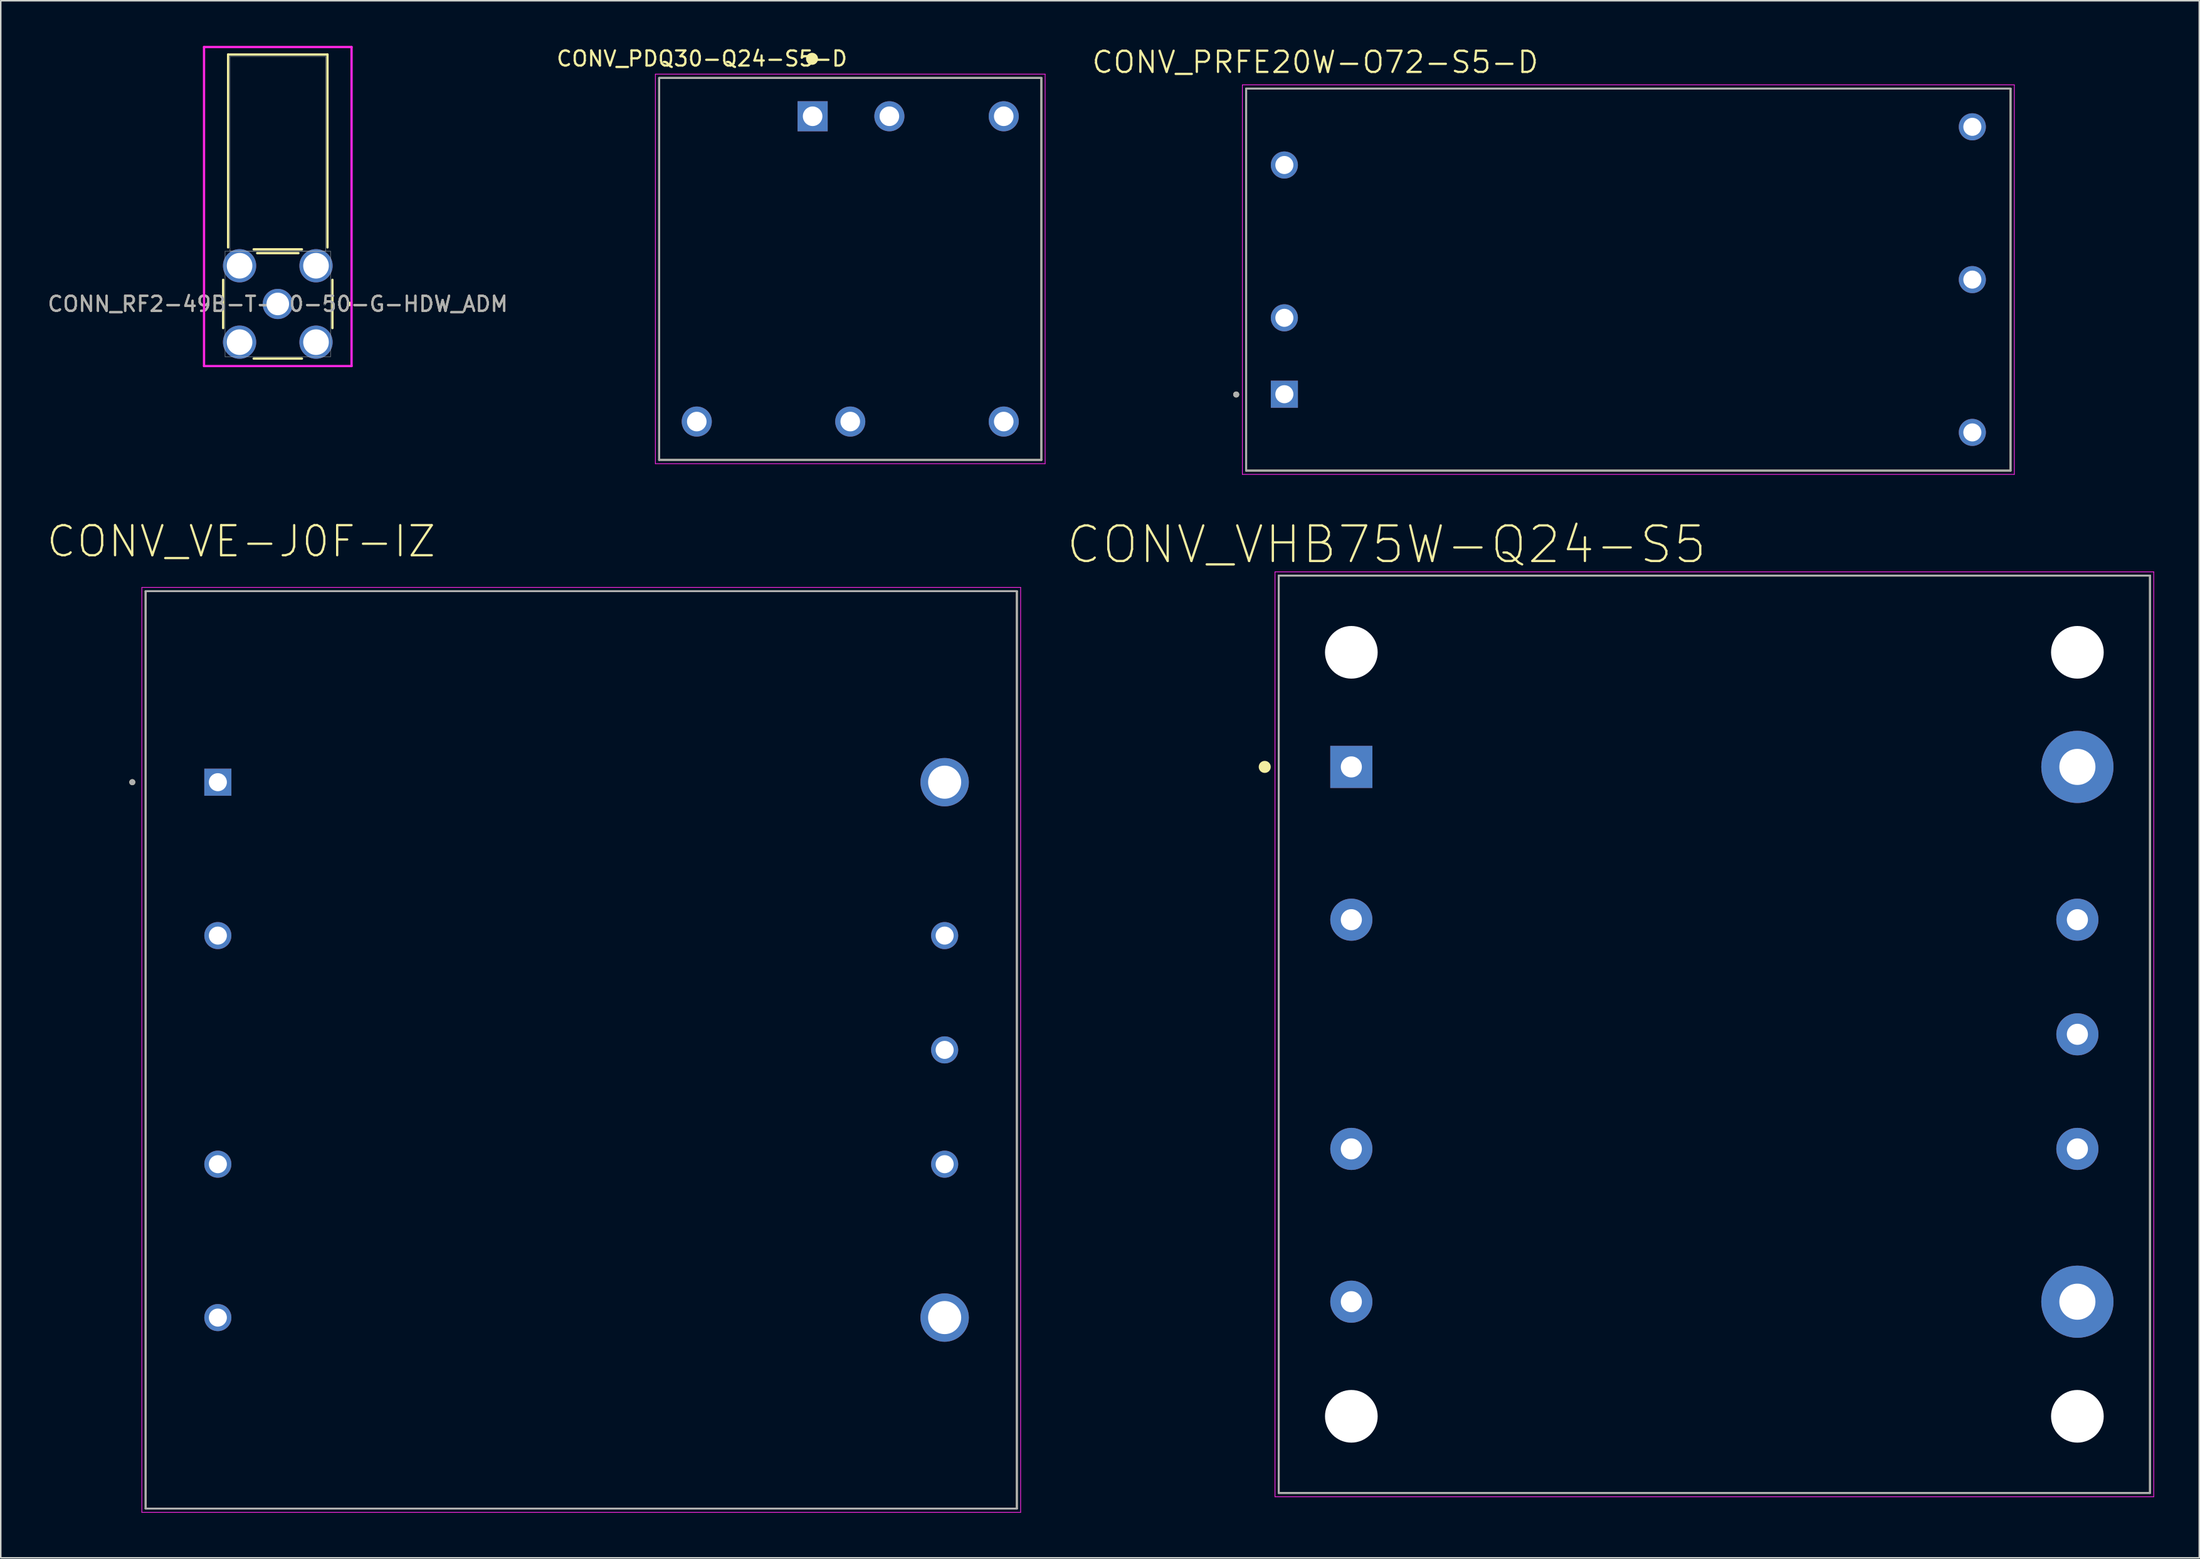
<source format=kicad_pcb>
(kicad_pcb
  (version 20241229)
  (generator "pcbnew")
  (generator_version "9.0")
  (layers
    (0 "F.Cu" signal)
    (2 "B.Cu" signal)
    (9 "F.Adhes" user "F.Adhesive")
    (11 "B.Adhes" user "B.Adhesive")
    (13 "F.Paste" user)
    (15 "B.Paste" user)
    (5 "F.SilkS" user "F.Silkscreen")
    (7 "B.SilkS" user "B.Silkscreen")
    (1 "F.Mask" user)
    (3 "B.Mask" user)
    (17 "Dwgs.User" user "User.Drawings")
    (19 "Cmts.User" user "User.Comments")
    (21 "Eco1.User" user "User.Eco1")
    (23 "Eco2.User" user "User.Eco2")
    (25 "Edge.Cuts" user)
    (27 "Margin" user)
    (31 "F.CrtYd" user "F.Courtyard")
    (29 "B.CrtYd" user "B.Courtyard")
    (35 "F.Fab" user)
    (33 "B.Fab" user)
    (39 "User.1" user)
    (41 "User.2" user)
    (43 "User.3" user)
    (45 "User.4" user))
  (footprint "CONV_VHB75W-Q24-S5"
    (layer "F.Cu")
    (at 110.879 65.724)
    (property "Reference" "CONV_VHB75W-Q24-S5" (at -21.79 -32.559 0) (layer "F.SilkS") (effects (font (size 2.367 2.367) (thickness 0.15))))
    (attr through_hole)
    (fp_line (start -28.95 -30.5) (end 28.95 -30.5) (stroke (width 0.127) (type solid)) (layer "F.SilkS"))
    (fp_line (start -28.95 30.5) (end -28.95 -30.5) (stroke (width 0.127) (type solid)) (layer "F.SilkS"))
    (fp_line (start 28.95 -30.5) (end 28.95 30.5) (stroke (width 0.127) (type solid)) (layer "F.SilkS"))
    (fp_line (start 28.95 30.5) (end -28.95 30.5) (stroke (width 0.127) (type solid)) (layer "F.SilkS"))
    (fp_circle (center -29.88 -17.78) (end -29.68 -17.78) (stroke (width 0.4) (type solid)) (fill no) (layer "F.SilkS"))
    (fp_line (start -29.2 -30.75) (end 29.2 -30.75) (stroke (width 0.05) (type solid)) (layer "F.CrtYd"))
    (fp_line (start -29.2 30.75) (end -29.2 -30.75) (stroke (width 0.05) (type solid)) (layer "F.CrtYd"))
    (fp_line (start 29.2 -30.75) (end 29.2 30.75) (stroke (width 0.05) (type solid)) (layer "F.CrtYd"))
    (fp_line (start 29.2 30.75) (end -29.2 30.75) (stroke (width 0.05) (type solid)) (layer "F.CrtYd"))
    (fp_line (start -28.95 -30.5) (end 28.95 -30.5) (stroke (width 0.127) (type solid)) (layer "F.Fab"))
    (fp_line (start -28.95 30.5) (end -28.95 -30.5) (stroke (width 0.127) (type solid)) (layer "F.Fab"))
    (fp_line (start 28.95 -30.5) (end 28.95 30.5) (stroke (width 0.127) (type solid)) (layer "F.Fab"))
    (fp_line (start 28.95 30.5) (end -28.95 30.5) (stroke (width 0.127) (type solid)) (layer "F.Fab"))
    (fp_circle (center -24.125 -17.78) (end -23.925 -17.78) (stroke (width 0.4) (type solid)) (fill no) (layer "F.Fab"))
    (pad "" np_thru_hole circle (at -24.125 -25.4) (size 3.5 3.5) (drill 3.5) (layers "*.Cu" "*.Mask"))
    (pad "" np_thru_hole circle (at -24.125 25.4) (size 3.5 3.5) (drill 3.5) (layers "*.Cu" "*.Mask"))
    (pad "" np_thru_hole circle (at 24.125 -25.4) (size 3.5 3.5) (drill 3.5) (layers "*.Cu" "*.Mask"))
    (pad "" np_thru_hole circle (at 24.125 25.4) (size 3.5 3.5) (drill 3.5) (layers "*.Cu" "*.Mask"))
    (pad "1" thru_hole rect (at -24.125 -17.78) (size 2.8 2.8) (drill 1.4) (layers "*.Cu" "*.Mask"))
    (pad "2" thru_hole circle (at -24.125 -7.62) (size 2.8 2.8) (drill 1.4) (layers "*.Cu" "*.Mask"))
    (pad "3" thru_hole circle (at -24.125 7.62) (size 2.8 2.8) (drill 1.4) (layers "*.Cu" "*.Mask"))
    (pad "4" thru_hole circle (at -24.125 17.78) (size 2.8 2.8) (drill 1.4) (layers "*.Cu" "*.Mask"))
    (pad "5" thru_hole circle (at 24.125 17.78) (size 4.8 4.8) (drill 2.4) (layers "*.Cu" "*.Mask"))
    (pad "6" thru_hole circle (at 24.125 7.62) (size 2.8 2.8) (drill 1.4) (layers "*.Cu" "*.Mask"))
    (pad "7" thru_hole circle (at 24.125 0) (size 2.8 2.8) (drill 1.4) (layers "*.Cu" "*.Mask"))
    (pad "8" thru_hole circle (at 24.125 -7.62) (size 2.8 2.8) (drill 1.4) (layers "*.Cu" "*.Mask"))
    (pad "9" thru_hole circle (at 24.125 -17.78) (size 4.8 4.8) (drill 2.4) (layers "*.Cu" "*.Mask")))
  (footprint "CONV_VE-J0F-IZ"
    (layer "F.Cu")
    (at 35.577 66.76)
    (property "Reference" "CONV_VE-J0F-IZ" (at -22.6 -33.81 0) (layer "F.SilkS") (effects (font (size 2 2) (thickness 0.15))))
    (attr through_hole)
    (fp_line (start -28.95 -30.5) (end -28.95 30.5) (stroke (width 0.127) (type solid)) (layer "F.SilkS"))
    (fp_line (start -28.95 30.5) (end 28.95 30.5) (stroke (width 0.127) (type solid)) (layer "F.SilkS"))
    (fp_line (start 28.95 -30.5) (end -28.95 -30.5) (stroke (width 0.127) (type solid)) (layer "F.SilkS"))
    (fp_line (start 28.95 30.5) (end 28.95 -30.5) (stroke (width 0.127) (type solid)) (layer "F.SilkS"))
    (fp_circle (center -29.835 -17.8) (end -29.735 -17.8) (stroke (width 0.2) (type solid)) (fill no) (layer "F.SilkS"))
    (fp_line (start -29.2 -30.75) (end -29.2 30.75) (stroke (width 0.05) (type solid)) (layer "F.CrtYd"))
    (fp_line (start -29.2 30.75) (end 29.2 30.75) (stroke (width 0.05) (type solid)) (layer "F.CrtYd"))
    (fp_line (start 29.2 -30.75) (end -29.2 -30.75) (stroke (width 0.05) (type solid)) (layer "F.CrtYd"))
    (fp_line (start 29.2 30.75) (end 29.2 -30.75) (stroke (width 0.05) (type solid)) (layer "F.CrtYd"))
    (fp_line (start -28.95 -30.5) (end -28.95 30.5) (stroke (width 0.127) (type solid)) (layer "F.Fab"))
    (fp_line (start -28.95 30.5) (end 28.95 30.5) (stroke (width 0.127) (type solid)) (layer "F.Fab"))
    (fp_line (start 28.95 -30.5) (end -28.95 -30.5) (stroke (width 0.127) (type solid)) (layer "F.Fab"))
    (fp_line (start 28.95 30.5) (end 28.95 -30.5) (stroke (width 0.127) (type solid)) (layer "F.Fab"))
    (fp_circle (center -29.835 -17.8) (end -29.735 -17.8) (stroke (width 0.2) (type solid)) (fill no) (layer "F.Fab"))
    (pad "1" thru_hole rect (at -24.15 -17.8) (size 1.8 1.8) (drill 1.2) (layers "*.Cu" "*.Mask"))
    (pad "2" thru_hole circle (at -24.15 -7.6) (size 1.8 1.8) (drill 1.2) (layers "*.Cu" "*.Mask"))
    (pad "3" thru_hole circle (at -24.15 7.6) (size 1.8 1.8) (drill 1.2) (layers "*.Cu" "*.Mask"))
    (pad "4" thru_hole circle (at -24.15 17.8) (size 1.8 1.8) (drill 1.2) (layers "*.Cu" "*.Mask"))
    (pad "5" thru_hole circle (at 24.15 -17.8) (size 3.216 3.216) (drill 2.2) (layers "*.Cu" "*.Mask"))
    (pad "6" thru_hole circle (at 24.15 -7.6) (size 1.8 1.8) (drill 1.2) (layers "*.Cu" "*.Mask"))
    (pad "7" thru_hole circle (at 24.15 0) (size 1.8 1.8) (drill 1.2) (layers "*.Cu" "*.Mask"))
    (pad "8" thru_hole circle (at 24.15 7.6) (size 1.8 1.8) (drill 1.2) (layers "*.Cu" "*.Mask"))
    (pad "9" thru_hole circle (at 24.15 17.8) (size 3.216 3.216) (drill 2.2) (layers "*.Cu" "*.Mask")))
  (footprint "CONN_RF2-49B-T-00-50-G-HDW_ADM"
    (layer "F.Cu")
    (at 15.411 17.161)
    (property "Reference" "CONN_RF2-49B-T-00-50-G-HDW_ADM" (at 0 0 0) (unlocked yes) (layer "F.SilkS") (effects (font (size 1 1) (thickness 0.15))))
    (attr through_hole)
    (fp_line (start -3.632 -1.605) (end -3.632 1.605) (stroke (width 0.152) (type solid)) (layer "F.SilkS"))
    (fp_line (start -3.302 -16.586) (end -3.302 -3.759) (stroke (width 0.152) (type solid)) (layer "F.SilkS"))
    (fp_line (start -1.605 3.632) (end 1.605 3.632) (stroke (width 0.152) (type solid)) (layer "F.SilkS"))
    (fp_line (start -1.372 -3.378) (end 1.372 -3.378) (stroke (width 0.152) (type solid)) (layer "F.SilkS"))
    (fp_line (start 1.605 -3.632) (end -1.605 -3.632) (stroke (width 0.152) (type solid)) (layer "F.SilkS"))
    (fp_line (start 3.302 -16.586) (end -3.302 -16.586) (stroke (width 0.152) (type solid)) (layer "F.SilkS"))
    (fp_line (start 3.302 -3.759) (end 3.302 -16.586) (stroke (width 0.152) (type solid)) (layer "F.SilkS"))
    (fp_line (start 3.632 1.605) (end 3.632 -1.605) (stroke (width 0.152) (type solid)) (layer "F.SilkS"))
    (fp_circle (center 4.775 0) (end 4.851 0) (stroke (width 0.152) (type solid)) (fill no) (layer "F.SilkS"))
    (fp_line (start -4.902 -17.084) (end 4.902 -17.084) (stroke (width 0.152) (type solid)) (layer "F.CrtYd"))
    (fp_line (start -4.902 4.13) (end -4.902 -17.084) (stroke (width 0.152) (type solid)) (layer "F.CrtYd"))
    (fp_line (start 4.902 -17.084) (end 4.902 4.13) (stroke (width 0.152) (type solid)) (layer "F.CrtYd"))
    (fp_line (start 4.902 4.13) (end -4.902 4.13) (stroke (width 0.152) (type solid)) (layer "F.CrtYd"))
    (fp_line (start -3.505 -3.505) (end -3.505 3.505) (stroke (width 0.025) (type solid)) (layer "F.Fab"))
    (fp_line (start -3.505 3.505) (end 3.505 3.505) (stroke (width 0.025) (type solid)) (layer "F.Fab"))
    (fp_line (start -3.175 -16.459) (end -3.175 -3.505) (stroke (width 0.025) (type solid)) (layer "F.Fab"))
    (fp_line (start -3.175 -3.505) (end 3.175 -3.505) (stroke (width 0.025) (type solid)) (layer "F.Fab"))
    (fp_line (start 3.175 -16.459) (end -3.175 -16.459) (stroke (width 0.025) (type solid)) (layer "F.Fab"))
    (fp_line (start 3.175 -3.505) (end 3.175 -16.459) (stroke (width 0.025) (type solid)) (layer "F.Fab"))
    (fp_line (start 3.505 -3.505) (end -3.505 -3.505) (stroke (width 0.025) (type solid)) (layer "F.Fab"))
    (fp_line (start 3.505 3.505) (end 3.505 -3.505) (stroke (width 0.025) (type solid)) (layer "F.Fab"))
    (fp_circle (center 3.124 0) (end 3.2 0) (stroke (width 0.025) (type solid)) (fill no) (layer "F.Fab"))
    (fp_text user "${REFERENCE}" (at 0 0 0) (unlocked yes) (layer "F.Fab") (effects (font (size 1 1) (thickness 0.15))))
    (pad "1" thru_hole circle (at 0 0) (size 2.007 2.007) (drill 1.499) (layers "*.Cu" "*.Mask"))
    (pad "2" thru_hole circle (at -2.54 -2.54) (size 2.21 2.21) (drill 1.702) (layers "*.Cu" "*.Mask"))
    (pad "3" thru_hole circle (at -2.54 2.54) (size 2.21 2.21) (drill 1.702) (layers "*.Cu" "*.Mask"))
    (pad "4" thru_hole circle (at 2.54 2.54) (size 2.21 2.21) (drill 1.702) (layers "*.Cu" "*.Mask"))
    (pad "5" thru_hole circle (at 2.54 -2.54) (size 2.21 2.21) (drill 1.702) (layers "*.Cu" "*.Mask")))
  (footprint "CONV_PRFE20W-O72-S5-D"
    (layer "F.Cu")
    (at 105.163 15.542)
    (property "Reference" "CONV_PRFE20W-O72-S5-D" (at -20.804 -14.456 0) (layer "F.SilkS") (effects (font (size 1.407 1.407) (thickness 0.15))))
    (attr through_hole)
    (fp_line (start -25.4 -12.7) (end 25.4 -12.7) (stroke (width 0.127) (type solid)) (layer "F.SilkS"))
    (fp_line (start -25.4 12.7) (end -25.4 -12.7) (stroke (width 0.127) (type solid)) (layer "F.SilkS"))
    (fp_line (start 25.4 -12.7) (end 25.4 12.7) (stroke (width 0.127) (type solid)) (layer "F.SilkS"))
    (fp_line (start 25.4 12.7) (end -25.4 12.7) (stroke (width 0.127) (type solid)) (layer "F.SilkS"))
    (fp_circle (center -26.06 7.64) (end -25.96 7.64) (stroke (width 0.2) (type solid)) (fill no) (layer "F.SilkS"))
    (fp_line (start -25.65 -12.95) (end 25.65 -12.95) (stroke (width 0.05) (type solid)) (layer "F.CrtYd"))
    (fp_line (start -25.65 12.95) (end -25.65 -12.95) (stroke (width 0.05) (type solid)) (layer "F.CrtYd"))
    (fp_line (start 25.65 -12.95) (end 25.65 12.95) (stroke (width 0.05) (type solid)) (layer "F.CrtYd"))
    (fp_line (start 25.65 12.95) (end -25.65 12.95) (stroke (width 0.05) (type solid)) (layer "F.CrtYd"))
    (fp_line (start -25.4 -12.7) (end 25.4 -12.7) (stroke (width 0.127) (type solid)) (layer "F.Fab"))
    (fp_line (start -25.4 12.7) (end -25.4 -12.7) (stroke (width 0.127) (type solid)) (layer "F.Fab"))
    (fp_line (start 25.4 -12.7) (end 25.4 12.7) (stroke (width 0.127) (type solid)) (layer "F.Fab"))
    (fp_line (start 25.4 12.7) (end -25.4 12.7) (stroke (width 0.127) (type solid)) (layer "F.Fab"))
    (fp_circle (center -26.06 7.64) (end -25.96 7.64) (stroke (width 0.2) (type solid)) (fill no) (layer "F.Fab"))
    (pad "1" thru_hole rect (at -22.86 7.62) (size 1.8 1.8) (drill 1.2) (layers "*.Cu" "*.Mask"))
    (pad "2" thru_hole circle (at -22.86 2.54) (size 1.8 1.8) (drill 1.2) (layers "*.Cu" "*.Mask"))
    (pad "3" thru_hole circle (at 22.86 10.16) (size 1.8 1.8) (drill 1.2) (layers "*.Cu" "*.Mask"))
    (pad "4" thru_hole circle (at 22.86 -10.16) (size 1.8 1.8) (drill 1.2) (layers "*.Cu" "*.Mask"))
    (pad "5" thru_hole circle (at 22.86 0) (size 1.8 1.8) (drill 1.2) (layers "*.Cu" "*.Mask"))
    (pad "6" thru_hole circle (at -22.86 -7.62) (size 1.8 1.8) (drill 1.2) (layers "*.Cu" "*.Mask")))
  (footprint "CONV_PDQ30-Q24-S5-D"
    (layer "F.Cu")
    (at 53.454 14.831)
    (property "Reference" "CONV_PDQ30-Q24-S5-D" (at -9.857 -13.981 0) (layer "F.SilkS") (effects (font (size 1.003 1.003) (thickness 0.15))))
    (attr through_hole)
    (fp_line (start -12.7 -12.7) (end 12.7 -12.7) (stroke (width 0.127) (type solid)) (layer "F.SilkS"))
    (fp_line (start -12.7 12.7) (end -12.7 -12.7) (stroke (width 0.127) (type solid)) (layer "F.SilkS"))
    (fp_line (start 12.7 -12.7) (end 12.7 12.7) (stroke (width 0.127) (type solid)) (layer "F.SilkS"))
    (fp_line (start 12.7 12.7) (end -12.7 12.7) (stroke (width 0.127) (type solid)) (layer "F.SilkS"))
    (fp_circle (center -2.54 -13.97) (end -2.34 -13.97) (stroke (width 0.4) (type solid)) (fill no) (layer "F.SilkS"))
    (fp_line (start -12.95 -12.95) (end 12.95 -12.95) (stroke (width 0.05) (type solid)) (layer "F.CrtYd"))
    (fp_line (start -12.95 12.95) (end -12.95 -12.95) (stroke (width 0.05) (type solid)) (layer "F.CrtYd"))
    (fp_line (start 12.95 -12.95) (end 12.95 12.95) (stroke (width 0.05) (type solid)) (layer "F.CrtYd"))
    (fp_line (start 12.95 12.95) (end -12.95 12.95) (stroke (width 0.05) (type solid)) (layer "F.CrtYd"))
    (fp_line (start -12.7 -12.7) (end 12.7 -12.7) (stroke (width 0.127) (type solid)) (layer "F.Fab"))
    (fp_line (start -12.7 12.7) (end -12.7 -12.7) (stroke (width 0.127) (type solid)) (layer "F.Fab"))
    (fp_line (start 12.7 -12.7) (end 12.7 12.7) (stroke (width 0.127) (type solid)) (layer "F.Fab"))
    (fp_line (start 12.7 12.7) (end -12.7 12.7) (stroke (width 0.127) (type solid)) (layer "F.Fab"))
    (fp_circle (center -2.54 -10.16) (end -2.34 -10.16) (stroke (width 0.4) (type solid)) (fill no) (layer "F.Fab"))
    (pad "1" thru_hole rect (at -2.5 -10.15) (size 2 2) (drill 1.3) (layers "*.Cu" "*.Mask"))
    (pad "2" thru_hole circle (at 2.6 -10.15) (size 2 2) (drill 1.3) (layers "*.Cu" "*.Mask"))
    (pad "3" thru_hole circle (at -10.2 10.15) (size 2 2) (drill 1.3) (layers "*.Cu" "*.Mask"))
    (pad "4" thru_hole circle (at 0 10.15) (size 2 2) (drill 1.3) (layers "*.Cu" "*.Mask"))
    (pad "5" thru_hole circle (at 10.2 10.15) (size 2 2) (drill 1.3) (layers "*.Cu" "*.Mask"))
    (pad "6" thru_hole circle (at 10.2 -10.15) (size 2 2) (drill 1.3) (layers "*.Cu" "*.Mask")))
  (gr_rect
    (start -3 -3)
    (end 143.104 100.535)
    (stroke (width 0.1) (type default))
    (fill no)
    (layer "Edge.Cuts")))
</source>
